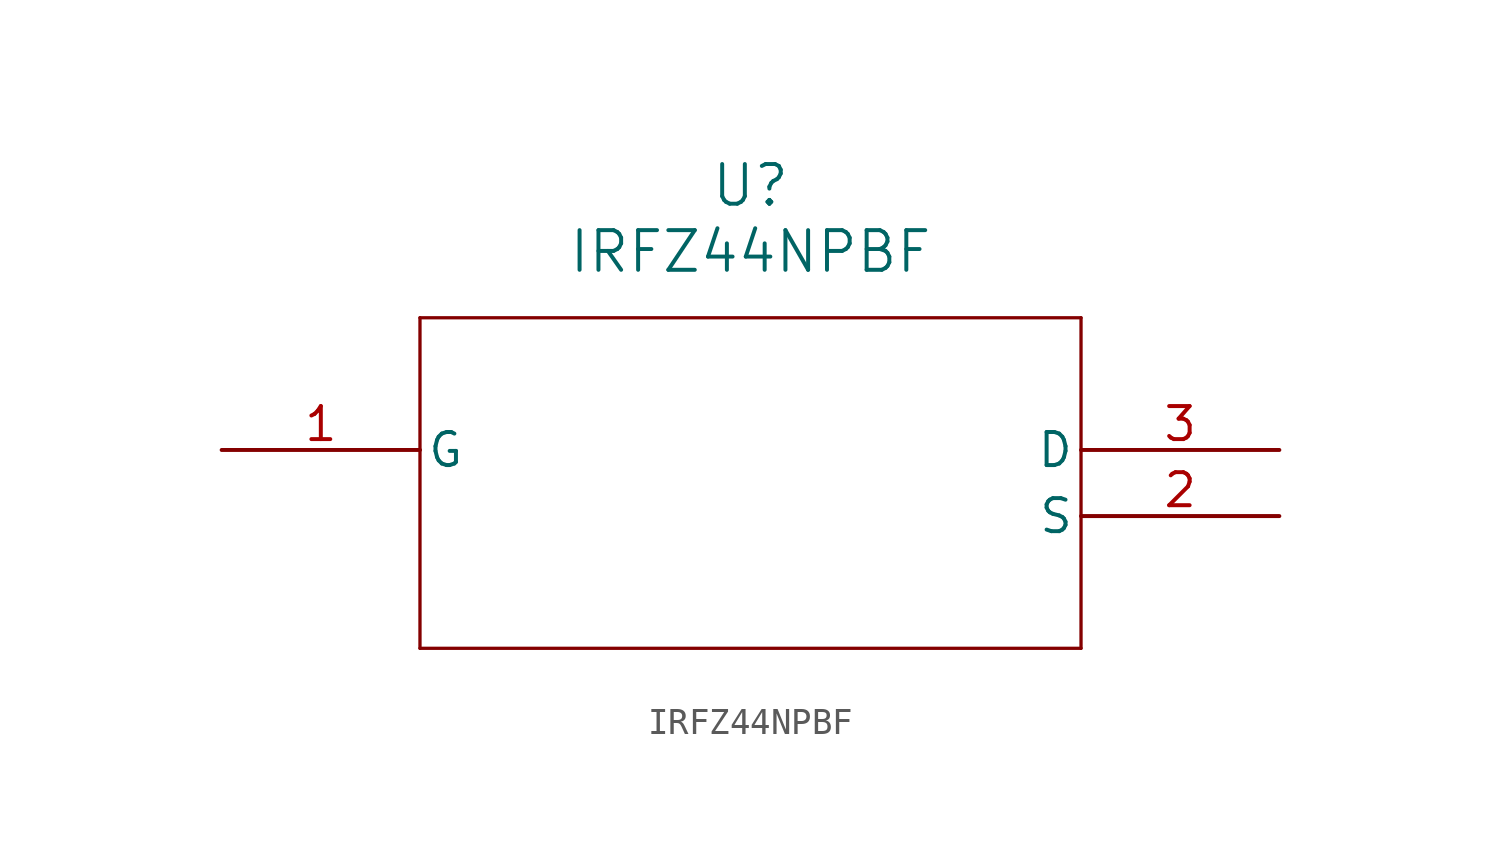
<source format=kicad_sym>
(kicad_symbol_lib
  (version 20231120)
  (generator "kicad_symbol_editor")
  (generator_version "8.0")
  (symbol "IRFZ44NPBF"
    (pin_names
      (offset 0.254))
    (property "Reference" "U"
      (at 20.32 10.16 0)
      (effects (font (size 1.524 1.524))))
    (property "Value" "IRFZ44NPBF"
      (at 20.32 7.62 0)
      (effects (font (size 1.524 1.524))))
    (symbol "IRFZ44NPBF_0_1"
      (polyline (pts (xy 7.62 -7.62) (xy 33.02 -7.62)) (stroke (width 0.127) (type default)) (fill (type none)))
      (polyline (pts (xy 7.62 5.08) (xy 7.62 -7.62)) (stroke (width 0.127) (type default)) (fill (type none)))
      (polyline (pts (xy 33.02 -7.62) (xy 33.02 5.08)) (stroke (width 0.127) (type default)) (fill (type none)))
      (polyline (pts (xy 33.02 5.08) (xy 7.62 5.08)) (stroke (width 0.127) (type default)) (fill (type none))))
    (symbol "IRFZ44NPBF_1_1"
      (pin input line (at 0 0 0) (length 7.62) (name "G" (effects (font (size 1.27 1.27)))) (number "1" (effects (font (size 1.27 1.27)))))
      (pin power_out line (at 40.64 -2.54 180) (length 7.62) (name "S" (effects (font (size 1.27 1.27)))) (number "2" (effects (font (size 1.27 1.27)))))
      (pin power_in line (at 40.64 0 180) (length 7.62) (name "D" (effects (font (size 1.27 1.27)))) (number "3" (effects (font (size 1.27 1.27))))))))
</source>
